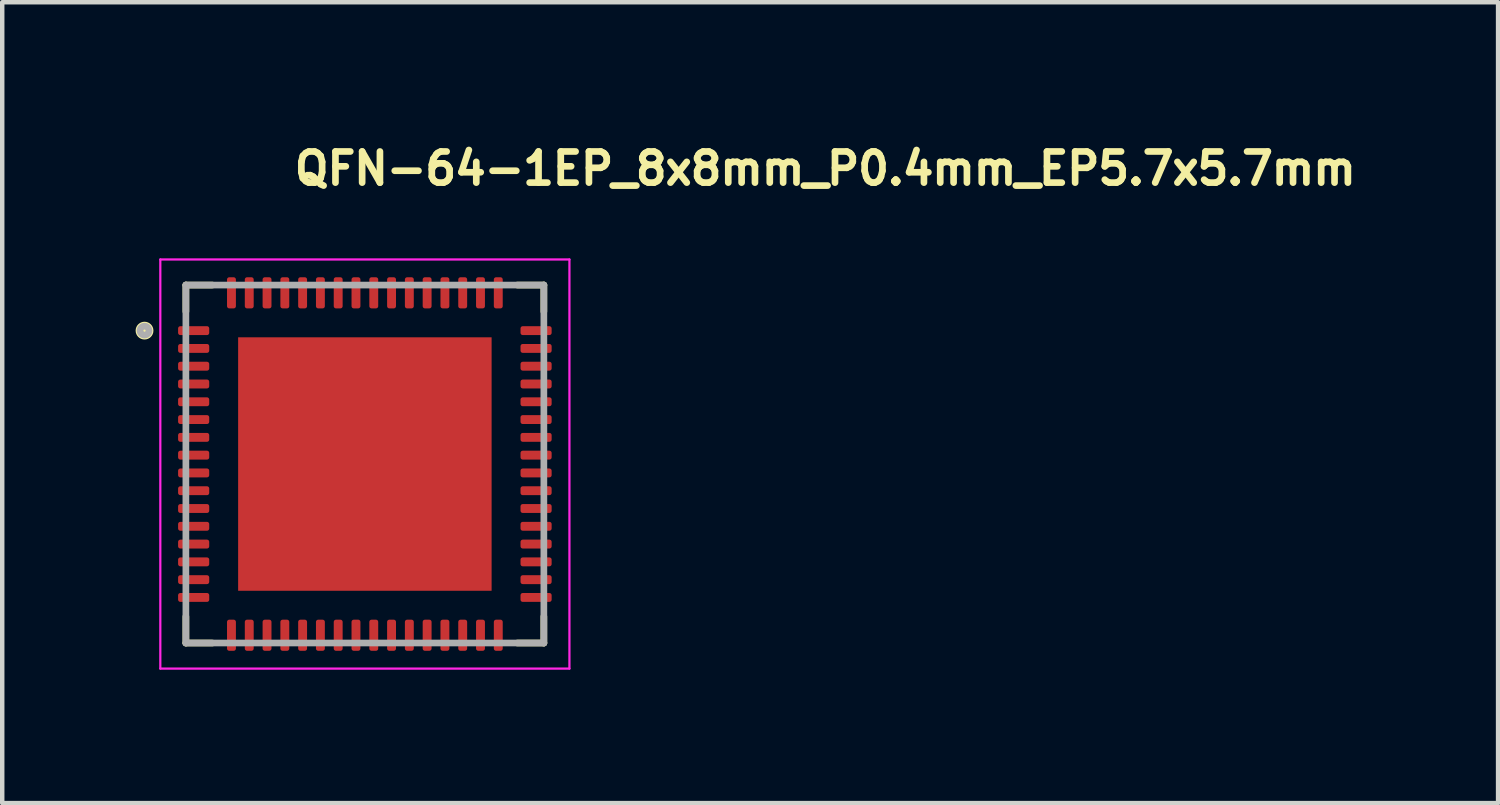
<source format=kicad_pcb>
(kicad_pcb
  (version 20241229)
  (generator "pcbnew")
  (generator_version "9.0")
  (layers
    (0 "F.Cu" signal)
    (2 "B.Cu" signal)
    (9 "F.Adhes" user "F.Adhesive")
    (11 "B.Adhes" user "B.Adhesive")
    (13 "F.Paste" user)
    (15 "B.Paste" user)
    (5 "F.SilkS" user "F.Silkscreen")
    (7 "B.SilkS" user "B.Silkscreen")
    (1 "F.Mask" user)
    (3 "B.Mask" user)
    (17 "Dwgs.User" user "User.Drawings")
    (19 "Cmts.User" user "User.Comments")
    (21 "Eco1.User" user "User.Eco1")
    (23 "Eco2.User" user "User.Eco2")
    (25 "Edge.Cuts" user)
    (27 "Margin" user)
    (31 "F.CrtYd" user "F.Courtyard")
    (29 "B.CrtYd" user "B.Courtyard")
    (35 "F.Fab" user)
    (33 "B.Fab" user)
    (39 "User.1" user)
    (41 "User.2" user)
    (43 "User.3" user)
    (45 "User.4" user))
  (footprint "QFN-64-1EP_8x8mm_P0.4mm_EP5.7x5.7mm"
    (layer "F.Cu")
    (at 5.155 7.385)
    (property "Reference" "QFN-64-1EP_8x8mm_P0.4mm_EP5.7x5.7mm" (at -1.66 -6.235 0) (layer "F.SilkS") (effects (font (size 0.7 0.7) (thickness 0.15)) (justify left bottom)))
    (attr smd)
    (fp_line (start -4.025 -4.025) (end -4.025 -3.43) (stroke (width 0.15) (type solid)) (layer "F.SilkS"))
    (fp_line (start -4.025 -4.025) (end -3.43 -4.025) (stroke (width 0.15) (type solid)) (layer "F.SilkS"))
    (fp_line (start -4.025 4.025) (end -4.025 3.43) (stroke (width 0.15) (type solid)) (layer "F.SilkS"))
    (fp_line (start -4.025 4.025) (end -3.43 4.025) (stroke (width 0.15) (type solid)) (layer "F.SilkS"))
    (fp_line (start 4.025 -4.025) (end 3.43 -4.025) (stroke (width 0.15) (type solid)) (layer "F.SilkS"))
    (fp_line (start 4.025 -4.025) (end 4.025 -3.43) (stroke (width 0.15) (type solid)) (layer "F.SilkS"))
    (fp_line (start 4.025 4.025) (end 3.43 4.025) (stroke (width 0.15) (type solid)) (layer "F.SilkS"))
    (fp_line (start 4.025 4.025) (end 4.025 3.43) (stroke (width 0.15) (type solid)) (layer "F.SilkS"))
    (fp_circle (center -4.955 -3) (end -4.855 -3) (stroke (width 0.2) (type solid)) (fill no) (layer "F.SilkS"))
    (fp_poly (pts (xy -2.7 -2.7) (xy -1.5 -2.7) (xy -1.5 -1.5) (xy -2.7 -1.5)) (stroke (width 0.01) (type solid)) (fill yes) (layer "F.Paste"))
    (fp_poly (pts (xy -2.7 -1.3) (xy -1.5 -1.3) (xy -1.5 -0.1) (xy -2.7 -0.1)) (stroke (width 0.01) (type solid)) (fill yes) (layer "F.Paste"))
    (fp_poly (pts (xy -2.7 0.1) (xy -1.5 0.1) (xy -1.5 1.3) (xy -2.7 1.3)) (stroke (width 0.01) (type solid)) (fill yes) (layer "F.Paste"))
    (fp_poly (pts (xy -2.7 1.5) (xy -1.5 1.5) (xy -1.5 2.7) (xy -2.7 2.7)) (stroke (width 0.01) (type solid)) (fill yes) (layer "F.Paste"))
    (fp_poly (pts (xy -1.3 -2.7) (xy -0.1 -2.7) (xy -0.1 -1.5) (xy -1.3 -1.5)) (stroke (width 0.01) (type solid)) (fill yes) (layer "F.Paste"))
    (fp_poly (pts (xy -1.3 -1.3) (xy -0.1 -1.3) (xy -0.1 -0.1) (xy -1.3 -0.1)) (stroke (width 0.01) (type solid)) (fill yes) (layer "F.Paste"))
    (fp_poly (pts (xy -1.3 0.1) (xy -0.1 0.1) (xy -0.1 1.3) (xy -1.3 1.3)) (stroke (width 0.01) (type solid)) (fill yes) (layer "F.Paste"))
    (fp_poly (pts (xy -1.3 1.5) (xy -0.1 1.5) (xy -0.1 2.7) (xy -1.3 2.7)) (stroke (width 0.01) (type solid)) (fill yes) (layer "F.Paste"))
    (fp_poly (pts (xy 0.1 -2.7) (xy 1.3 -2.7) (xy 1.3 -1.5) (xy 0.1 -1.5)) (stroke (width 0.01) (type solid)) (fill yes) (layer "F.Paste"))
    (fp_poly (pts (xy 0.1 -1.3) (xy 1.3 -1.3) (xy 1.3 -0.1) (xy 0.1 -0.1)) (stroke (width 0.01) (type solid)) (fill yes) (layer "F.Paste"))
    (fp_poly (pts (xy 0.1 0.1) (xy 1.3 0.1) (xy 1.3 1.3) (xy 0.1 1.3)) (stroke (width 0.01) (type solid)) (fill yes) (layer "F.Paste"))
    (fp_poly (pts (xy 0.1 1.5) (xy 1.3 1.5) (xy 1.3 2.7) (xy 0.1 2.7)) (stroke (width 0.01) (type solid)) (fill yes) (layer "F.Paste"))
    (fp_poly (pts (xy 1.5 -2.7) (xy 2.7 -2.7) (xy 2.7 -1.5) (xy 1.5 -1.5)) (stroke (width 0.01) (type solid)) (fill yes) (layer "F.Paste"))
    (fp_poly (pts (xy 1.5 -1.3) (xy 2.7 -1.3) (xy 2.7 -0.1) (xy 1.5 -0.1)) (stroke (width 0.01) (type solid)) (fill yes) (layer "F.Paste"))
    (fp_poly (pts (xy 1.5 0.1) (xy 2.7 0.1) (xy 2.7 1.3) (xy 1.5 1.3)) (stroke (width 0.01) (type solid)) (fill yes) (layer "F.Paste"))
    (fp_poly (pts (xy 1.5 1.5) (xy 2.7 1.5) (xy 2.7 2.7) (xy 1.5 2.7)) (stroke (width 0.01) (type solid)) (fill yes) (layer "F.Paste"))
    (fp_line (start -4.6 -4.6) (end 4.6 -4.6) (stroke (width 0.05) (type solid)) (layer "F.CrtYd"))
    (fp_line (start -4.6 4.6) (end -4.6 -4.6) (stroke (width 0.05) (type solid)) (layer "F.CrtYd"))
    (fp_line (start -4.6 4.6) (end 4.6 4.6) (stroke (width 0.05) (type solid)) (layer "F.CrtYd"))
    (fp_line (start 4.6 4.6) (end 4.6 -4.6) (stroke (width 0.05) (type solid)) (layer "F.CrtYd"))
    (fp_line (start -4.025 4.025) (end -4.025 -4.025) (stroke (width 0.15) (type solid)) (layer "F.Fab"))
    (fp_line (start 4.025 -4.025) (end -4.025 -4.025) (stroke (width 0.15) (type solid)) (layer "F.Fab"))
    (fp_line (start 4.025 4.025) (end -4.025 4.025) (stroke (width 0.15) (type solid)) (layer "F.Fab"))
    (fp_line (start 4.025 4.025) (end 4.025 -4.025) (stroke (width 0.15) (type solid)) (layer "F.Fab"))
    (fp_circle (center -4.955 -3) (end -4.855 -3) (stroke (width 0.15) (type solid)) (fill no) (layer "F.Fab"))
    (pad "1" smd roundrect (at -3.85 -3) (size 0.7 0.2) (layers "F.Cu" "F.Mask" "F.Paste") (roundrect_rratio 0.25))
    (pad "2" smd roundrect (at -3.85 -2.6) (size 0.7 0.2) (layers "F.Cu" "F.Mask" "F.Paste") (roundrect_rratio 0.25))
    (pad "3" smd roundrect (at -3.85 -2.2) (size 0.7 0.2) (layers "F.Cu" "F.Mask" "F.Paste") (roundrect_rratio 0.25))
    (pad "4" smd roundrect (at -3.85 -1.8) (size 0.7 0.2) (layers "F.Cu" "F.Mask" "F.Paste") (roundrect_rratio 0.25))
    (pad "5" smd roundrect (at -3.85 -1.4) (size 0.7 0.2) (layers "F.Cu" "F.Mask" "F.Paste") (roundrect_rratio 0.25))
    (pad "6" smd roundrect (at -3.85 -1) (size 0.7 0.2) (layers "F.Cu" "F.Mask" "F.Paste") (roundrect_rratio 0.25))
    (pad "7" smd roundrect (at -3.85 -0.6) (size 0.7 0.2) (layers "F.Cu" "F.Mask" "F.Paste") (roundrect_rratio 0.25))
    (pad "8" smd roundrect (at -3.85 -0.2) (size 0.7 0.2) (layers "F.Cu" "F.Mask" "F.Paste") (roundrect_rratio 0.25))
    (pad "9" smd roundrect (at -3.85 0.2) (size 0.7 0.2) (layers "F.Cu" "F.Mask" "F.Paste") (roundrect_rratio 0.25))
    (pad "10" smd roundrect (at -3.85 0.6) (size 0.7 0.2) (layers "F.Cu" "F.Mask" "F.Paste") (roundrect_rratio 0.25))
    (pad "11" smd roundrect (at -3.85 1) (size 0.7 0.2) (layers "F.Cu" "F.Mask" "F.Paste") (roundrect_rratio 0.25))
    (pad "12" smd roundrect (at -3.85 1.4) (size 0.7 0.2) (layers "F.Cu" "F.Mask" "F.Paste") (roundrect_rratio 0.25))
    (pad "13" smd roundrect (at -3.85 1.8) (size 0.7 0.2) (layers "F.Cu" "F.Mask" "F.Paste") (roundrect_rratio 0.25))
    (pad "14" smd roundrect (at -3.85 2.2) (size 0.7 0.2) (layers "F.Cu" "F.Mask" "F.Paste") (roundrect_rratio 0.25))
    (pad "15" smd roundrect (at -3.85 2.6) (size 0.7 0.2) (layers "F.Cu" "F.Mask" "F.Paste") (roundrect_rratio 0.25))
    (pad "16" smd roundrect (at -3.85 3) (size 0.7 0.2) (layers "F.Cu" "F.Mask" "F.Paste") (roundrect_rratio 0.25))
    (pad "17" smd roundrect (at -3 3.85) (size 0.2 0.7) (layers "F.Cu" "F.Mask" "F.Paste") (roundrect_rratio 0.25))
    (pad "18" smd roundrect (at -2.6 3.85) (size 0.2 0.7) (layers "F.Cu" "F.Mask" "F.Paste") (roundrect_rratio 0.25))
    (pad "19" smd roundrect (at -2.2 3.85) (size 0.2 0.7) (layers "F.Cu" "F.Mask" "F.Paste") (roundrect_rratio 0.25))
    (pad "20" smd roundrect (at -1.8 3.85) (size 0.2 0.7) (layers "F.Cu" "F.Mask" "F.Paste") (roundrect_rratio 0.25))
    (pad "21" smd roundrect (at -1.4 3.85) (size 0.2 0.7) (layers "F.Cu" "F.Mask" "F.Paste") (roundrect_rratio 0.25))
    (pad "22" smd roundrect (at -1 3.85) (size 0.2 0.7) (layers "F.Cu" "F.Mask" "F.Paste") (roundrect_rratio 0.25))
    (pad "23" smd roundrect (at -0.6 3.85) (size 0.2 0.7) (layers "F.Cu" "F.Mask" "F.Paste") (roundrect_rratio 0.25))
    (pad "24" smd roundrect (at -0.2 3.85) (size 0.2 0.7) (layers "F.Cu" "F.Mask" "F.Paste") (roundrect_rratio 0.25))
    (pad "25" smd roundrect (at 0.2 3.85) (size 0.2 0.7) (layers "F.Cu" "F.Mask" "F.Paste") (roundrect_rratio 0.25))
    (pad "26" smd roundrect (at 0.6 3.85) (size 0.2 0.7) (layers "F.Cu" "F.Mask" "F.Paste") (roundrect_rratio 0.25))
    (pad "27" smd roundrect (at 1 3.85) (size 0.2 0.7) (layers "F.Cu" "F.Mask" "F.Paste") (roundrect_rratio 0.25))
    (pad "28" smd roundrect (at 1.4 3.85) (size 0.2 0.7) (layers "F.Cu" "F.Mask" "F.Paste") (roundrect_rratio 0.25))
    (pad "29" smd roundrect (at 1.8 3.85) (size 0.2 0.7) (layers "F.Cu" "F.Mask" "F.Paste") (roundrect_rratio 0.25))
    (pad "30" smd roundrect (at 2.2 3.85) (size 0.2 0.7) (layers "F.Cu" "F.Mask" "F.Paste") (roundrect_rratio 0.25))
    (pad "31" smd roundrect (at 2.6 3.85) (size 0.2 0.7) (layers "F.Cu" "F.Mask" "F.Paste") (roundrect_rratio 0.25))
    (pad "32" smd roundrect (at 3 3.85) (size 0.2 0.7) (layers "F.Cu" "F.Mask" "F.Paste") (roundrect_rratio 0.25))
    (pad "33" smd roundrect (at 3.85 3) (size 0.7 0.2) (layers "F.Cu" "F.Mask" "F.Paste") (roundrect_rratio 0.25))
    (pad "34" smd roundrect (at 3.85 2.6) (size 0.7 0.2) (layers "F.Cu" "F.Mask" "F.Paste") (roundrect_rratio 0.25))
    (pad "35" smd roundrect (at 3.85 2.2) (size 0.7 0.2) (layers "F.Cu" "F.Mask" "F.Paste") (roundrect_rratio 0.25))
    (pad "36" smd roundrect (at 3.85 1.8) (size 0.7 0.2) (layers "F.Cu" "F.Mask" "F.Paste") (roundrect_rratio 0.25))
    (pad "37" smd roundrect (at 3.85 1.4) (size 0.7 0.2) (layers "F.Cu" "F.Mask" "F.Paste") (roundrect_rratio 0.25))
    (pad "38" smd roundrect (at 3.85 1) (size 0.7 0.2) (layers "F.Cu" "F.Mask" "F.Paste") (roundrect_rratio 0.25))
    (pad "39" smd roundrect (at 3.85 0.6) (size 0.7 0.2) (layers "F.Cu" "F.Mask" "F.Paste") (roundrect_rratio 0.25))
    (pad "40" smd roundrect (at 3.85 0.2) (size 0.7 0.2) (layers "F.Cu" "F.Mask" "F.Paste") (roundrect_rratio 0.25))
    (pad "41" smd roundrect (at 3.85 -0.2) (size 0.7 0.2) (layers "F.Cu" "F.Mask" "F.Paste") (roundrect_rratio 0.25))
    (pad "42" smd roundrect (at 3.85 -0.6) (size 0.7 0.2) (layers "F.Cu" "F.Mask" "F.Paste") (roundrect_rratio 0.25))
    (pad "43" smd roundrect (at 3.85 -1) (size 0.7 0.2) (layers "F.Cu" "F.Mask" "F.Paste") (roundrect_rratio 0.25))
    (pad "44" smd roundrect (at 3.85 -1.4) (size 0.7 0.2) (layers "F.Cu" "F.Mask" "F.Paste") (roundrect_rratio 0.25))
    (pad "45" smd roundrect (at 3.85 -1.8) (size 0.7 0.2) (layers "F.Cu" "F.Mask" "F.Paste") (roundrect_rratio 0.25))
    (pad "46" smd roundrect (at 3.85 -2.2) (size 0.7 0.2) (layers "F.Cu" "F.Mask" "F.Paste") (roundrect_rratio 0.25))
    (pad "47" smd roundrect (at 3.85 -2.6) (size 0.7 0.2) (layers "F.Cu" "F.Mask" "F.Paste") (roundrect_rratio 0.25))
    (pad "48" smd roundrect (at 3.85 -3) (size 0.7 0.2) (layers "F.Cu" "F.Mask" "F.Paste") (roundrect_rratio 0.25))
    (pad "49" smd roundrect (at 3 -3.85) (size 0.2 0.7) (layers "F.Cu" "F.Mask" "F.Paste") (roundrect_rratio 0.25))
    (pad "50" smd roundrect (at 2.6 -3.85) (size 0.2 0.7) (layers "F.Cu" "F.Mask" "F.Paste") (roundrect_rratio 0.25))
    (pad "51" smd roundrect (at 2.2 -3.85) (size 0.2 0.7) (layers "F.Cu" "F.Mask" "F.Paste") (roundrect_rratio 0.25))
    (pad "52" smd roundrect (at 1.8 -3.85) (size 0.2 0.7) (layers "F.Cu" "F.Mask" "F.Paste") (roundrect_rratio 0.25))
    (pad "53" smd roundrect (at 1.4 -3.85) (size 0.2 0.7) (layers "F.Cu" "F.Mask" "F.Paste") (roundrect_rratio 0.25))
    (pad "54" smd roundrect (at 1 -3.85) (size 0.2 0.7) (layers "F.Cu" "F.Mask" "F.Paste") (roundrect_rratio 0.25))
    (pad "55" smd roundrect (at 0.6 -3.85) (size 0.2 0.7) (layers "F.Cu" "F.Mask" "F.Paste") (roundrect_rratio 0.25))
    (pad "56" smd roundrect (at 0.2 -3.85) (size 0.2 0.7) (layers "F.Cu" "F.Mask" "F.Paste") (roundrect_rratio 0.25))
    (pad "57" smd roundrect (at -0.2 -3.85) (size 0.2 0.7) (layers "F.Cu" "F.Mask" "F.Paste") (roundrect_rratio 0.25))
    (pad "58" smd roundrect (at -0.6 -3.85) (size 0.2 0.7) (layers "F.Cu" "F.Mask" "F.Paste") (roundrect_rratio 0.25))
    (pad "59" smd roundrect (at -1 -3.85) (size 0.2 0.7) (layers "F.Cu" "F.Mask" "F.Paste") (roundrect_rratio 0.25))
    (pad "60" smd roundrect (at -1.4 -3.85) (size 0.2 0.7) (layers "F.Cu" "F.Mask" "F.Paste") (roundrect_rratio 0.25))
    (pad "61" smd roundrect (at -1.8 -3.85) (size 0.2 0.7) (layers "F.Cu" "F.Mask" "F.Paste") (roundrect_rratio 0.25))
    (pad "62" smd roundrect (at -2.2 -3.85) (size 0.2 0.7) (layers "F.Cu" "F.Mask" "F.Paste") (roundrect_rratio 0.25))
    (pad "63" smd roundrect (at -2.6 -3.85) (size 0.2 0.7) (layers "F.Cu" "F.Mask" "F.Paste") (roundrect_rratio 0.25))
    (pad "64" smd roundrect (at -3 -3.85) (size 0.2 0.7) (layers "F.Cu" "F.Mask" "F.Paste") (roundrect_rratio 0.25))
    (pad "65" smd rect (at 0 0) (size 5.7 5.7) (layers "F.Cu" "F.Mask")))
  (gr_rect
    (start -3 -3)
    (end 30.638 15.01)
    (stroke (width 0.1) (type default))
    (fill no)
    (layer "Edge.Cuts")))
</source>
